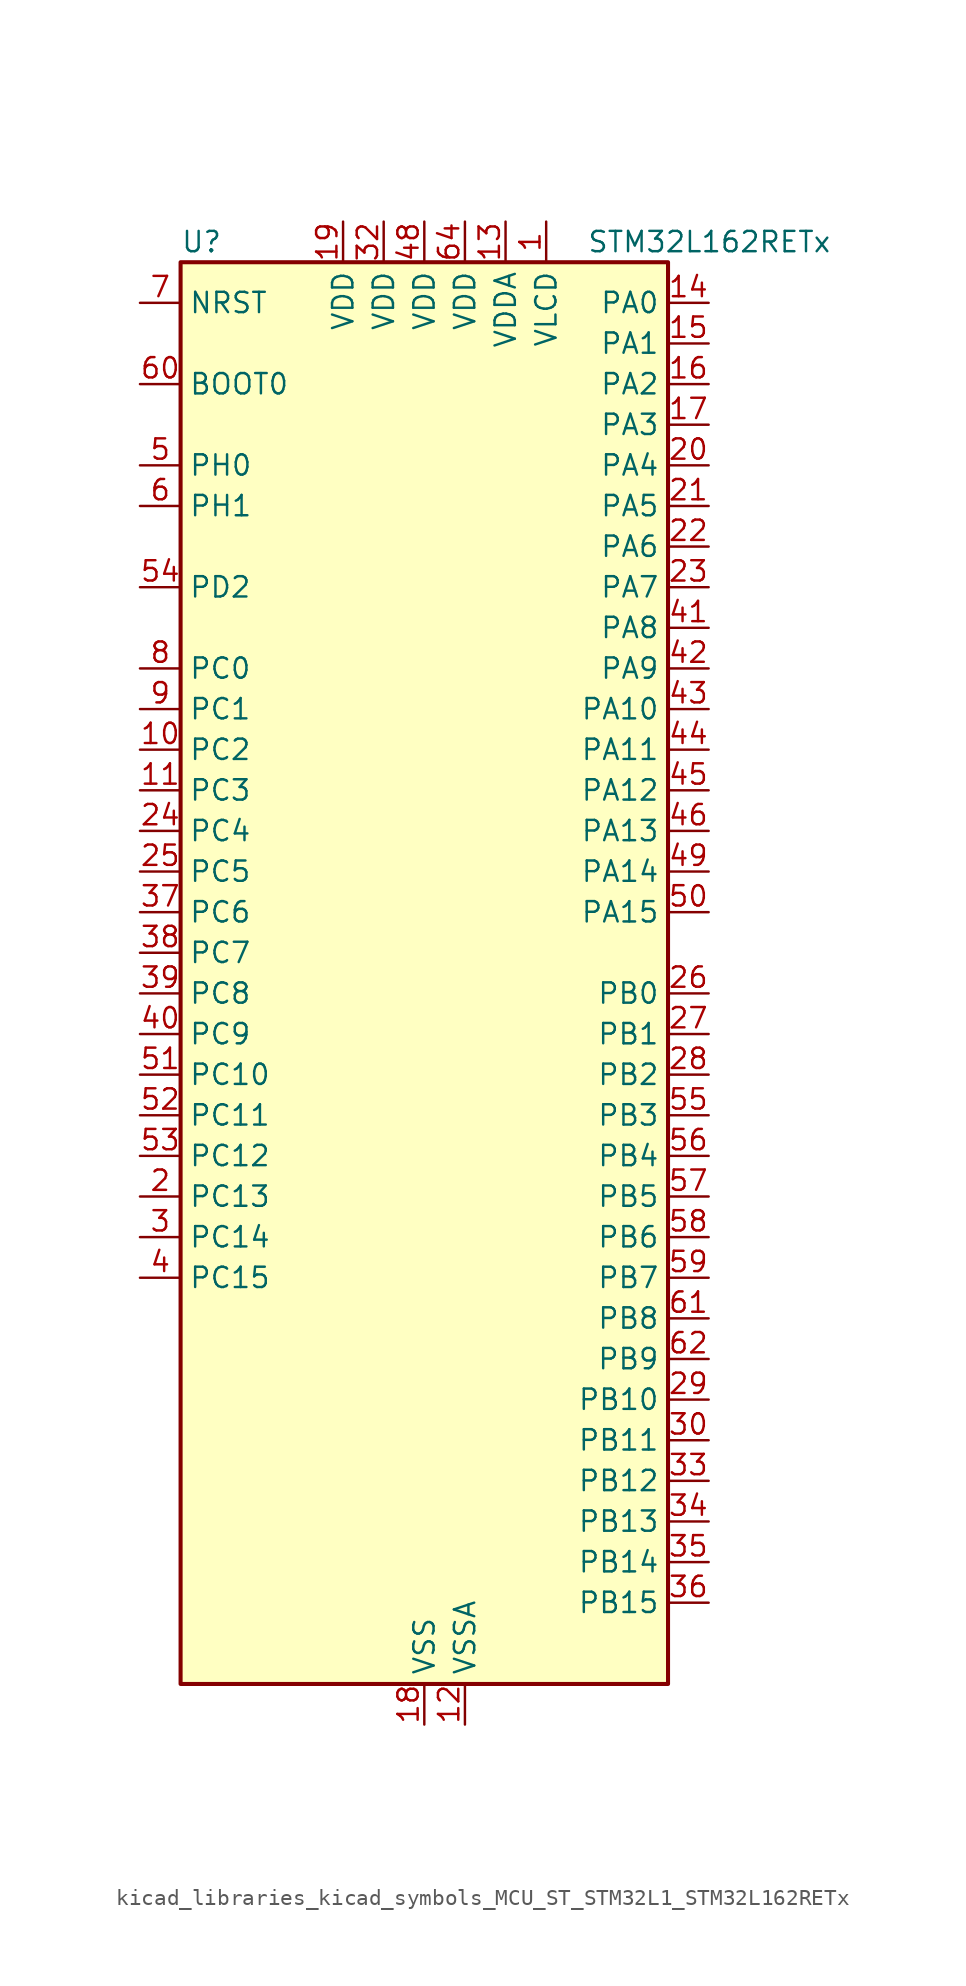
<source format=kicad_sym>
(kicad_symbol_lib
  (version 20220914)
  (generator kicad_symbol_editor)
  (symbol "kicad_libraries_kicad_symbols_MCU_ST_STM32L1_STM32L162RETx"
    (property "Reference" "U"
      (at -15.24 46.99 0)
      (effects (font (size 1.27 1.27)) (justify left)))
    (property "Value" "STM32L162RETx"
      (at 10.16 46.99 0)
      (effects (font (size 1.27 1.27)) (justify left)))
    (property "ki_locked" ""
      (at 0 0 0)
      (effects (font (size 1.27 1.27))))
    (symbol "kicad_libraries_kicad_symbols_MCU_ST_STM32L1_STM32L162RETx_0_1"
      (rectangle (start -15.24 -43.18) (end 15.24 45.72) (stroke (width 0.254) (type default)) (fill (type background))))
    (symbol "kicad_libraries_kicad_symbols_MCU_ST_STM32L1_STM32L162RETx_1_1"
      (pin power_in line (at 7.62 48.26 270) (length 2.54) (name "VLCD" (effects (font (size 1.27 1.27)))) (number "1" (effects (font (size 1.27 1.27)))))
      (pin bidirectional line (at -17.78 15.24 0) (length 2.54) (name "PC2" (effects (font (size 1.27 1.27)))) (number "10" (effects (font (size 1.27 1.27)))) (alternate "ADC_IN12" bidirectional line) (alternate "COMP1_INP" bidirectional line) (alternate "LCD_SEG20" bidirectional line) (alternate "TIMX_IC3" bidirectional line) (alternate "TS_G8_IO3" bidirectional line))
      (pin bidirectional line (at -17.78 12.7 0) (length 2.54) (name "PC3" (effects (font (size 1.27 1.27)))) (number "11" (effects (font (size 1.27 1.27)))) (alternate "ADC_IN13" bidirectional line) (alternate "COMP1_INP" bidirectional line) (alternate "LCD_SEG21" bidirectional line) (alternate "TIMX_IC4" bidirectional line) (alternate "TS_G8_IO4" bidirectional line))
      (pin power_in line (at 2.54 -45.72 90) (length 2.54) (name "VSSA" (effects (font (size 1.27 1.27)))) (number "12" (effects (font (size 1.27 1.27)))))
      (pin power_in line (at 5.08 48.26 270) (length 2.54) (name "VDDA" (effects (font (size 1.27 1.27)))) (number "13" (effects (font (size 1.27 1.27)))))
      (pin bidirectional line (at 17.78 43.18 180) (length 2.54) (name "PA0" (effects (font (size 1.27 1.27)))) (number "14" (effects (font (size 1.27 1.27)))) (alternate "ADC_IN0" bidirectional line) (alternate "COMP1_INP" bidirectional line) (alternate "RTC_TAMP2" bidirectional line) (alternate "SYS_WKUP1" bidirectional line) (alternate "TIM2_CH1" bidirectional line) (alternate "TIM2_ETR" bidirectional line) (alternate "TIM5_CH1" bidirectional line) (alternate "TIMX_IC1" bidirectional line) (alternate "TS_G1_IO1" bidirectional line) (alternate "USART2_CTS" bidirectional line))
      (pin bidirectional line (at 17.78 40.64 180) (length 2.54) (name "PA1" (effects (font (size 1.27 1.27)))) (number "15" (effects (font (size 1.27 1.27)))) (alternate "ADC_IN1" bidirectional line) (alternate "COMP1_INP" bidirectional line) (alternate "LCD_SEG0" bidirectional line) (alternate "OPAMP1_VINP" bidirectional line) (alternate "TIM2_CH2" bidirectional line) (alternate "TIM5_CH2" bidirectional line) (alternate "TIMX_IC2" bidirectional line) (alternate "TS_G1_IO2" bidirectional line) (alternate "USART2_RTS" bidirectional line))
      (pin bidirectional line (at 17.78 38.1 180) (length 2.54) (name "PA2" (effects (font (size 1.27 1.27)))) (number "16" (effects (font (size 1.27 1.27)))) (alternate "ADC_IN2" bidirectional line) (alternate "COMP1_INP" bidirectional line) (alternate "LCD_SEG1" bidirectional line) (alternate "OPAMP1_VINM" bidirectional line) (alternate "TIM2_CH3" bidirectional line) (alternate "TIM5_CH3" bidirectional line) (alternate "TIM9_CH1" bidirectional line) (alternate "TIMX_IC3" bidirectional line) (alternate "TS_G1_IO3" bidirectional line) (alternate "USART2_TX" bidirectional line))
      (pin bidirectional line (at 17.78 35.56 180) (length 2.54) (name "PA3" (effects (font (size 1.27 1.27)))) (number "17" (effects (font (size 1.27 1.27)))) (alternate "ADC_IN3" bidirectional line) (alternate "COMP1_INP" bidirectional line) (alternate "LCD_SEG2" bidirectional line) (alternate "OPAMP1_VOUT" bidirectional line) (alternate "TIM2_CH4" bidirectional line) (alternate "TIM5_CH4" bidirectional line) (alternate "TIM9_CH2" bidirectional line) (alternate "TIMX_IC4" bidirectional line) (alternate "TS_G1_IO4" bidirectional line) (alternate "USART2_RX" bidirectional line))
      (pin power_in line (at 0 -45.72 90) (length 2.54) (name "VSS" (effects (font (size 1.27 1.27)))) (number "18" (effects (font (size 1.27 1.27)))))
      (pin power_in line (at -5.08 48.26 270) (length 2.54) (name "VDD" (effects (font (size 1.27 1.27)))) (number "19" (effects (font (size 1.27 1.27)))))
      (pin bidirectional line (at -17.78 -12.7 0) (length 2.54) (name "PC13" (effects (font (size 1.27 1.27)))) (number "2" (effects (font (size 1.27 1.27)))) (alternate "RTC_OUT_ALARM" bidirectional line) (alternate "RTC_OUT_CALIB" bidirectional line) (alternate "RTC_TAMP1" bidirectional line) (alternate "RTC_TS" bidirectional line) (alternate "SYS_WKUP2" bidirectional line) (alternate "TIMX_IC2" bidirectional line))
      (pin bidirectional line (at 17.78 33.02 180) (length 2.54) (name "PA4" (effects (font (size 1.27 1.27)))) (number "20" (effects (font (size 1.27 1.27)))) (alternate "ADC_IN4" bidirectional line) (alternate "COMP1_INP" bidirectional line) (alternate "DAC_OUT1" bidirectional line) (alternate "I2S3_WS" bidirectional line) (alternate "SPI1_NSS" bidirectional line) (alternate "SPI3_NSS" bidirectional line) (alternate "TIMX_IC1" bidirectional line) (alternate "USART2_CK" bidirectional line))
      (pin bidirectional line (at 17.78 30.48 180) (length 2.54) (name "PA5" (effects (font (size 1.27 1.27)))) (number "21" (effects (font (size 1.27 1.27)))) (alternate "ADC_IN5" bidirectional line) (alternate "COMP1_INP" bidirectional line) (alternate "DAC_OUT2" bidirectional line) (alternate "SPI1_SCK" bidirectional line) (alternate "TIM2_CH1" bidirectional line) (alternate "TIM2_ETR" bidirectional line) (alternate "TIMX_IC2" bidirectional line))
      (pin bidirectional line (at 17.78 27.94 180) (length 2.54) (name "PA6" (effects (font (size 1.27 1.27)))) (number "22" (effects (font (size 1.27 1.27)))) (alternate "ADC_IN6" bidirectional line) (alternate "COMP1_INP" bidirectional line) (alternate "LCD_SEG3" bidirectional line) (alternate "OPAMP2_VINP" bidirectional line) (alternate "SPI1_MISO" bidirectional line) (alternate "TIM10_CH1" bidirectional line) (alternate "TIM3_CH1" bidirectional line) (alternate "TIMX_IC3" bidirectional line) (alternate "TS_G2_IO1" bidirectional line))
      (pin bidirectional line (at 17.78 25.4 180) (length 2.54) (name "PA7" (effects (font (size 1.27 1.27)))) (number "23" (effects (font (size 1.27 1.27)))) (alternate "ADC_IN7" bidirectional line) (alternate "COMP1_INP" bidirectional line) (alternate "LCD_SEG4" bidirectional line) (alternate "OPAMP2_VINM" bidirectional line) (alternate "SPI1_MOSI" bidirectional line) (alternate "TIM11_CH1" bidirectional line) (alternate "TIM3_CH2" bidirectional line) (alternate "TIMX_IC4" bidirectional line) (alternate "TS_G2_IO2" bidirectional line))
      (pin bidirectional line (at -17.78 10.16 0) (length 2.54) (name "PC4" (effects (font (size 1.27 1.27)))) (number "24" (effects (font (size 1.27 1.27)))) (alternate "ADC_IN14" bidirectional line) (alternate "COMP1_INP" bidirectional line) (alternate "LCD_SEG22" bidirectional line) (alternate "TIMX_IC1" bidirectional line) (alternate "TS_G9_IO1" bidirectional line))
      (pin bidirectional line (at -17.78 7.62 0) (length 2.54) (name "PC5" (effects (font (size 1.27 1.27)))) (number "25" (effects (font (size 1.27 1.27)))) (alternate "ADC_IN15" bidirectional line) (alternate "COMP1_INP" bidirectional line) (alternate "LCD_SEG23" bidirectional line) (alternate "TIMX_IC2" bidirectional line) (alternate "TS_G9_IO2" bidirectional line))
      (pin bidirectional line (at 17.78 0 180) (length 2.54) (name "PB0" (effects (font (size 1.27 1.27)))) (number "26" (effects (font (size 1.27 1.27)))) (alternate "ADC_IN8" bidirectional line) (alternate "COMP1_INP" bidirectional line) (alternate "LCD_SEG5" bidirectional line) (alternate "OPAMP2_VOUT" bidirectional line) (alternate "SYS_V_REF_OUT" bidirectional line) (alternate "TIM3_CH3" bidirectional line) (alternate "TS_G3_IO1" bidirectional line))
      (pin bidirectional line (at 17.78 -2.54 180) (length 2.54) (name "PB1" (effects (font (size 1.27 1.27)))) (number "27" (effects (font (size 1.27 1.27)))) (alternate "ADC_IN9" bidirectional line) (alternate "COMP1_INP" bidirectional line) (alternate "LCD_SEG6" bidirectional line) (alternate "SYS_V_REF_OUT" bidirectional line) (alternate "TIM3_CH4" bidirectional line) (alternate "TS_G3_IO2" bidirectional line))
      (pin bidirectional line (at 17.78 -5.08 180) (length 2.54) (name "PB2" (effects (font (size 1.27 1.27)))) (number "28" (effects (font (size 1.27 1.27)))) (alternate "ADC_IN0b" bidirectional line) (alternate "TS_G3_IO3" bidirectional line))
      (pin bidirectional line (at 17.78 -25.4 180) (length 2.54) (name "PB10" (effects (font (size 1.27 1.27)))) (number "29" (effects (font (size 1.27 1.27)))) (alternate "I2C2_SCL" bidirectional line) (alternate "LCD_SEG10" bidirectional line) (alternate "TIM2_CH3" bidirectional line) (alternate "USART3_TX" bidirectional line))
      (pin bidirectional line (at -17.78 -15.24 0) (length 2.54) (name "PC14" (effects (font (size 1.27 1.27)))) (number "3" (effects (font (size 1.27 1.27)))) (alternate "RCC_OSC32_IN" bidirectional line) (alternate "TIMX_IC3" bidirectional line))
      (pin bidirectional line (at 17.78 -27.94 180) (length 2.54) (name "PB11" (effects (font (size 1.27 1.27)))) (number "30" (effects (font (size 1.27 1.27)))) (alternate "ADC_EXTI11" bidirectional line) (alternate "I2C2_SDA" bidirectional line) (alternate "LCD_SEG11" bidirectional line) (alternate "TIM2_CH4" bidirectional line) (alternate "USART3_RX" bidirectional line))
      (pin passive line (at 0 -45.72 90) (length 2.54) hide (name "VSS" (effects (font (size 1.27 1.27)))) (number "31" (effects (font (size 1.27 1.27)))))
      (pin power_in line (at -2.54 48.26 270) (length 2.54) (name "VDD" (effects (font (size 1.27 1.27)))) (number "32" (effects (font (size 1.27 1.27)))))
      (pin bidirectional line (at 17.78 -30.48 180) (length 2.54) (name "PB12" (effects (font (size 1.27 1.27)))) (number "33" (effects (font (size 1.27 1.27)))) (alternate "ADC_IN18" bidirectional line) (alternate "COMP1_INP" bidirectional line) (alternate "I2C2_SMBA" bidirectional line) (alternate "I2S2_WS" bidirectional line) (alternate "LCD_SEG12" bidirectional line) (alternate "SPI2_NSS" bidirectional line) (alternate "TIM10_CH1" bidirectional line) (alternate "TS_G7_IO1" bidirectional line) (alternate "USART3_CK" bidirectional line))
      (pin bidirectional line (at 17.78 -33.02 180) (length 2.54) (name "PB13" (effects (font (size 1.27 1.27)))) (number "34" (effects (font (size 1.27 1.27)))) (alternate "ADC_IN19" bidirectional line) (alternate "COMP1_INP" bidirectional line) (alternate "I2S2_CK" bidirectional line) (alternate "LCD_SEG13" bidirectional line) (alternate "SPI2_SCK" bidirectional line) (alternate "TIM9_CH1" bidirectional line) (alternate "TS_G7_IO2" bidirectional line) (alternate "USART3_CTS" bidirectional line))
      (pin bidirectional line (at 17.78 -35.56 180) (length 2.54) (name "PB14" (effects (font (size 1.27 1.27)))) (number "35" (effects (font (size 1.27 1.27)))) (alternate "ADC_IN20" bidirectional line) (alternate "COMP1_INP" bidirectional line) (alternate "LCD_SEG14" bidirectional line) (alternate "SPI2_MISO" bidirectional line) (alternate "TIM9_CH2" bidirectional line) (alternate "TS_G7_IO3" bidirectional line) (alternate "USART3_RTS" bidirectional line))
      (pin bidirectional line (at 17.78 -38.1 180) (length 2.54) (name "PB15" (effects (font (size 1.27 1.27)))) (number "36" (effects (font (size 1.27 1.27)))) (alternate "ADC_EXTI15" bidirectional line) (alternate "ADC_IN21" bidirectional line) (alternate "COMP1_INP" bidirectional line) (alternate "I2S2_SD" bidirectional line) (alternate "LCD_SEG15" bidirectional line) (alternate "RTC_REFIN" bidirectional line) (alternate "SPI2_MOSI" bidirectional line) (alternate "TIM11_CH1" bidirectional line) (alternate "TS_G7_IO4" bidirectional line))
      (pin bidirectional line (at -17.78 5.08 0) (length 2.54) (name "PC6" (effects (font (size 1.27 1.27)))) (number "37" (effects (font (size 1.27 1.27)))) (alternate "I2S2_MCK" bidirectional line) (alternate "LCD_SEG24" bidirectional line) (alternate "TIM3_CH1" bidirectional line) (alternate "TIMX_IC3" bidirectional line) (alternate "TS_G10_IO1" bidirectional line))
      (pin bidirectional line (at -17.78 2.54 0) (length 2.54) (name "PC7" (effects (font (size 1.27 1.27)))) (number "38" (effects (font (size 1.27 1.27)))) (alternate "I2S3_MCK" bidirectional line) (alternate "LCD_SEG25" bidirectional line) (alternate "TIM3_CH2" bidirectional line) (alternate "TIMX_IC4" bidirectional line) (alternate "TS_G10_IO2" bidirectional line))
      (pin bidirectional line (at -17.78 0 0) (length 2.54) (name "PC8" (effects (font (size 1.27 1.27)))) (number "39" (effects (font (size 1.27 1.27)))) (alternate "LCD_SEG26" bidirectional line) (alternate "TIM3_CH3" bidirectional line) (alternate "TIMX_IC1" bidirectional line) (alternate "TS_G10_IO3" bidirectional line))
      (pin bidirectional line (at -17.78 -17.78 0) (length 2.54) (name "PC15" (effects (font (size 1.27 1.27)))) (number "4" (effects (font (size 1.27 1.27)))) (alternate "ADC_EXTI15" bidirectional line) (alternate "RCC_OSC32_OUT" bidirectional line) (alternate "TIMX_IC4" bidirectional line))
      (pin bidirectional line (at -17.78 -2.54 0) (length 2.54) (name "PC9" (effects (font (size 1.27 1.27)))) (number "40" (effects (font (size 1.27 1.27)))) (alternate "DAC_EXTI9" bidirectional line) (alternate "LCD_SEG27" bidirectional line) (alternate "TIM3_CH4" bidirectional line) (alternate "TIMX_IC2" bidirectional line) (alternate "TS_G10_IO4" bidirectional line))
      (pin bidirectional line (at 17.78 22.86 180) (length 2.54) (name "PA8" (effects (font (size 1.27 1.27)))) (number "41" (effects (font (size 1.27 1.27)))) (alternate "LCD_COM0" bidirectional line) (alternate "RCC_MCO" bidirectional line) (alternate "TIMX_IC1" bidirectional line) (alternate "TS_G4_IO1" bidirectional line) (alternate "USART1_CK" bidirectional line))
      (pin bidirectional line (at 17.78 20.32 180) (length 2.54) (name "PA9" (effects (font (size 1.27 1.27)))) (number "42" (effects (font (size 1.27 1.27)))) (alternate "DAC_EXTI9" bidirectional line) (alternate "LCD_COM1" bidirectional line) (alternate "TIMX_IC2" bidirectional line) (alternate "TS_G4_IO2" bidirectional line) (alternate "USART1_TX" bidirectional line))
      (pin bidirectional line (at 17.78 17.78 180) (length 2.54) (name "PA10" (effects (font (size 1.27 1.27)))) (number "43" (effects (font (size 1.27 1.27)))) (alternate "LCD_COM2" bidirectional line) (alternate "TIMX_IC3" bidirectional line) (alternate "TS_G4_IO3" bidirectional line) (alternate "USART1_RX" bidirectional line))
      (pin bidirectional line (at 17.78 15.24 180) (length 2.54) (name "PA11" (effects (font (size 1.27 1.27)))) (number "44" (effects (font (size 1.27 1.27)))) (alternate "ADC_EXTI11" bidirectional line) (alternate "SPI1_MISO" bidirectional line) (alternate "TIMX_IC4" bidirectional line) (alternate "USART1_CTS" bidirectional line) (alternate "USB_DM" bidirectional line))
      (pin bidirectional line (at 17.78 12.7 180) (length 2.54) (name "PA12" (effects (font (size 1.27 1.27)))) (number "45" (effects (font (size 1.27 1.27)))) (alternate "SPI1_MOSI" bidirectional line) (alternate "TIMX_IC1" bidirectional line) (alternate "USART1_RTS" bidirectional line) (alternate "USB_DP" bidirectional line))
      (pin bidirectional line (at 17.78 10.16 180) (length 2.54) (name "PA13" (effects (font (size 1.27 1.27)))) (number "46" (effects (font (size 1.27 1.27)))) (alternate "SYS_JTMS-SWDIO" bidirectional line) (alternate "TIMX_IC2" bidirectional line) (alternate "TS_G5_IO1" bidirectional line))
      (pin passive line (at 0 -45.72 90) (length 2.54) hide (name "VSS" (effects (font (size 1.27 1.27)))) (number "47" (effects (font (size 1.27 1.27)))))
      (pin power_in line (at 0 48.26 270) (length 2.54) (name "VDD" (effects (font (size 1.27 1.27)))) (number "48" (effects (font (size 1.27 1.27)))))
      (pin bidirectional line (at 17.78 7.62 180) (length 2.54) (name "PA14" (effects (font (size 1.27 1.27)))) (number "49" (effects (font (size 1.27 1.27)))) (alternate "SYS_JTCK-SWCLK" bidirectional line) (alternate "TIMX_IC3" bidirectional line) (alternate "TS_G5_IO2" bidirectional line))
      (pin bidirectional line (at -17.78 33.02 0) (length 2.54) (name "PH0" (effects (font (size 1.27 1.27)))) (number "5" (effects (font (size 1.27 1.27)))) (alternate "RCC_OSC_IN" bidirectional line))
      (pin bidirectional line (at 17.78 5.08 180) (length 2.54) (name "PA15" (effects (font (size 1.27 1.27)))) (number "50" (effects (font (size 1.27 1.27)))) (alternate "ADC_EXTI15" bidirectional line) (alternate "I2S3_WS" bidirectional line) (alternate "LCD_SEG17" bidirectional line) (alternate "SPI1_NSS" bidirectional line) (alternate "SPI3_NSS" bidirectional line) (alternate "SYS_JTDI" bidirectional line) (alternate "TIM2_CH1" bidirectional line) (alternate "TIM2_ETR" bidirectional line) (alternate "TIMX_IC4" bidirectional line) (alternate "TS_G5_IO3" bidirectional line))
      (pin bidirectional line (at -17.78 -5.08 0) (length 2.54) (name "PC10" (effects (font (size 1.27 1.27)))) (number "51" (effects (font (size 1.27 1.27)))) (alternate "I2S3_CK" bidirectional line) (alternate "LCD_COM4" bidirectional line) (alternate "LCD_SEG28" bidirectional line) (alternate "LCD_SEG40" bidirectional line) (alternate "SPI3_SCK" bidirectional line) (alternate "TIMX_IC3" bidirectional line) (alternate "UART4_TX" bidirectional line) (alternate "USART3_TX" bidirectional line))
      (pin bidirectional line (at -17.78 -7.62 0) (length 2.54) (name "PC11" (effects (font (size 1.27 1.27)))) (number "52" (effects (font (size 1.27 1.27)))) (alternate "ADC_EXTI11" bidirectional line) (alternate "LCD_COM5" bidirectional line) (alternate "LCD_SEG29" bidirectional line) (alternate "LCD_SEG41" bidirectional line) (alternate "SPI3_MISO" bidirectional line) (alternate "TIMX_IC4" bidirectional line) (alternate "UART4_RX" bidirectional line) (alternate "USART3_RX" bidirectional line))
      (pin bidirectional line (at -17.78 -10.16 0) (length 2.54) (name "PC12" (effects (font (size 1.27 1.27)))) (number "53" (effects (font (size 1.27 1.27)))) (alternate "I2S3_SD" bidirectional line) (alternate "LCD_COM6" bidirectional line) (alternate "LCD_SEG30" bidirectional line) (alternate "LCD_SEG42" bidirectional line) (alternate "SPI3_MOSI" bidirectional line) (alternate "TIMX_IC1" bidirectional line) (alternate "UART5_TX" bidirectional line) (alternate "USART3_CK" bidirectional line))
      (pin bidirectional line (at -17.78 25.4 0) (length 2.54) (name "PD2" (effects (font (size 1.27 1.27)))) (number "54" (effects (font (size 1.27 1.27)))) (alternate "LCD_COM7" bidirectional line) (alternate "LCD_SEG31" bidirectional line) (alternate "LCD_SEG43" bidirectional line) (alternate "TIM3_ETR" bidirectional line) (alternate "TIMX_IC3" bidirectional line) (alternate "UART5_RX" bidirectional line))
      (pin bidirectional line (at 17.78 -7.62 180) (length 2.54) (name "PB3" (effects (font (size 1.27 1.27)))) (number "55" (effects (font (size 1.27 1.27)))) (alternate "COMP2_INM" bidirectional line) (alternate "I2S3_CK" bidirectional line) (alternate "LCD_SEG7" bidirectional line) (alternate "SPI1_SCK" bidirectional line) (alternate "SPI3_SCK" bidirectional line) (alternate "SYS_JTDO-TRACESWO" bidirectional line) (alternate "TIM2_CH2" bidirectional line))
      (pin bidirectional line (at 17.78 -10.16 180) (length 2.54) (name "PB4" (effects (font (size 1.27 1.27)))) (number "56" (effects (font (size 1.27 1.27)))) (alternate "COMP2_INP" bidirectional line) (alternate "LCD_SEG8" bidirectional line) (alternate "SPI1_MISO" bidirectional line) (alternate "SPI3_MISO" bidirectional line) (alternate "SYS_JTRST" bidirectional line) (alternate "TIM3_CH1" bidirectional line) (alternate "TS_G6_IO1" bidirectional line))
      (pin bidirectional line (at 17.78 -12.7 180) (length 2.54) (name "PB5" (effects (font (size 1.27 1.27)))) (number "57" (effects (font (size 1.27 1.27)))) (alternate "COMP2_INP" bidirectional line) (alternate "I2C1_SMBA" bidirectional line) (alternate "I2S3_SD" bidirectional line) (alternate "LCD_SEG9" bidirectional line) (alternate "SPI1_MOSI" bidirectional line) (alternate "SPI3_MOSI" bidirectional line) (alternate "TIM3_CH2" bidirectional line) (alternate "TS_G6_IO2" bidirectional line))
      (pin bidirectional line (at 17.78 -15.24 180) (length 2.54) (name "PB6" (effects (font (size 1.27 1.27)))) (number "58" (effects (font (size 1.27 1.27)))) (alternate "COMP2_INP" bidirectional line) (alternate "I2C1_SCL" bidirectional line) (alternate "TIM4_CH1" bidirectional line) (alternate "TS_G6_IO3" bidirectional line) (alternate "USART1_TX" bidirectional line))
      (pin bidirectional line (at 17.78 -17.78 180) (length 2.54) (name "PB7" (effects (font (size 1.27 1.27)))) (number "59" (effects (font (size 1.27 1.27)))) (alternate "COMP2_INP" bidirectional line) (alternate "I2C1_SDA" bidirectional line) (alternate "SYS_PVD_IN" bidirectional line) (alternate "TIM4_CH2" bidirectional line) (alternate "TS_G6_IO4" bidirectional line) (alternate "USART1_RX" bidirectional line))
      (pin bidirectional line (at -17.78 30.48 0) (length 2.54) (name "PH1" (effects (font (size 1.27 1.27)))) (number "6" (effects (font (size 1.27 1.27)))) (alternate "RCC_OSC_OUT" bidirectional line))
      (pin input line (at -17.78 38.1 0) (length 2.54) (name "BOOT0" (effects (font (size 1.27 1.27)))) (number "60" (effects (font (size 1.27 1.27)))))
      (pin bidirectional line (at 17.78 -20.32 180) (length 2.54) (name "PB8" (effects (font (size 1.27 1.27)))) (number "61" (effects (font (size 1.27 1.27)))) (alternate "I2C1_SCL" bidirectional line) (alternate "LCD_SEG16" bidirectional line) (alternate "TIM10_CH1" bidirectional line) (alternate "TIM4_CH3" bidirectional line))
      (pin bidirectional line (at 17.78 -22.86 180) (length 2.54) (name "PB9" (effects (font (size 1.27 1.27)))) (number "62" (effects (font (size 1.27 1.27)))) (alternate "DAC_EXTI9" bidirectional line) (alternate "I2C1_SDA" bidirectional line) (alternate "LCD_COM3" bidirectional line) (alternate "TIM11_CH1" bidirectional line) (alternate "TIM4_CH4" bidirectional line))
      (pin passive line (at 0 -45.72 90) (length 2.54) hide (name "VSS" (effects (font (size 1.27 1.27)))) (number "63" (effects (font (size 1.27 1.27)))))
      (pin power_in line (at 2.54 48.26 270) (length 2.54) (name "VDD" (effects (font (size 1.27 1.27)))) (number "64" (effects (font (size 1.27 1.27)))))
      (pin input line (at -17.78 43.18 0) (length 2.54) (name "NRST" (effects (font (size 1.27 1.27)))) (number "7" (effects (font (size 1.27 1.27)))))
      (pin bidirectional line (at -17.78 20.32 0) (length 2.54) (name "PC0" (effects (font (size 1.27 1.27)))) (number "8" (effects (font (size 1.27 1.27)))) (alternate "ADC_IN10" bidirectional line) (alternate "COMP1_INP" bidirectional line) (alternate "LCD_SEG18" bidirectional line) (alternate "TIMX_IC1" bidirectional line) (alternate "TS_G8_IO1" bidirectional line))
      (pin bidirectional line (at -17.78 17.78 0) (length 2.54) (name "PC1" (effects (font (size 1.27 1.27)))) (number "9" (effects (font (size 1.27 1.27)))) (alternate "ADC_IN11" bidirectional line) (alternate "COMP1_INP" bidirectional line) (alternate "LCD_SEG19" bidirectional line) (alternate "TIMX_IC2" bidirectional line) (alternate "TS_G8_IO2" bidirectional line)))))
</source>
